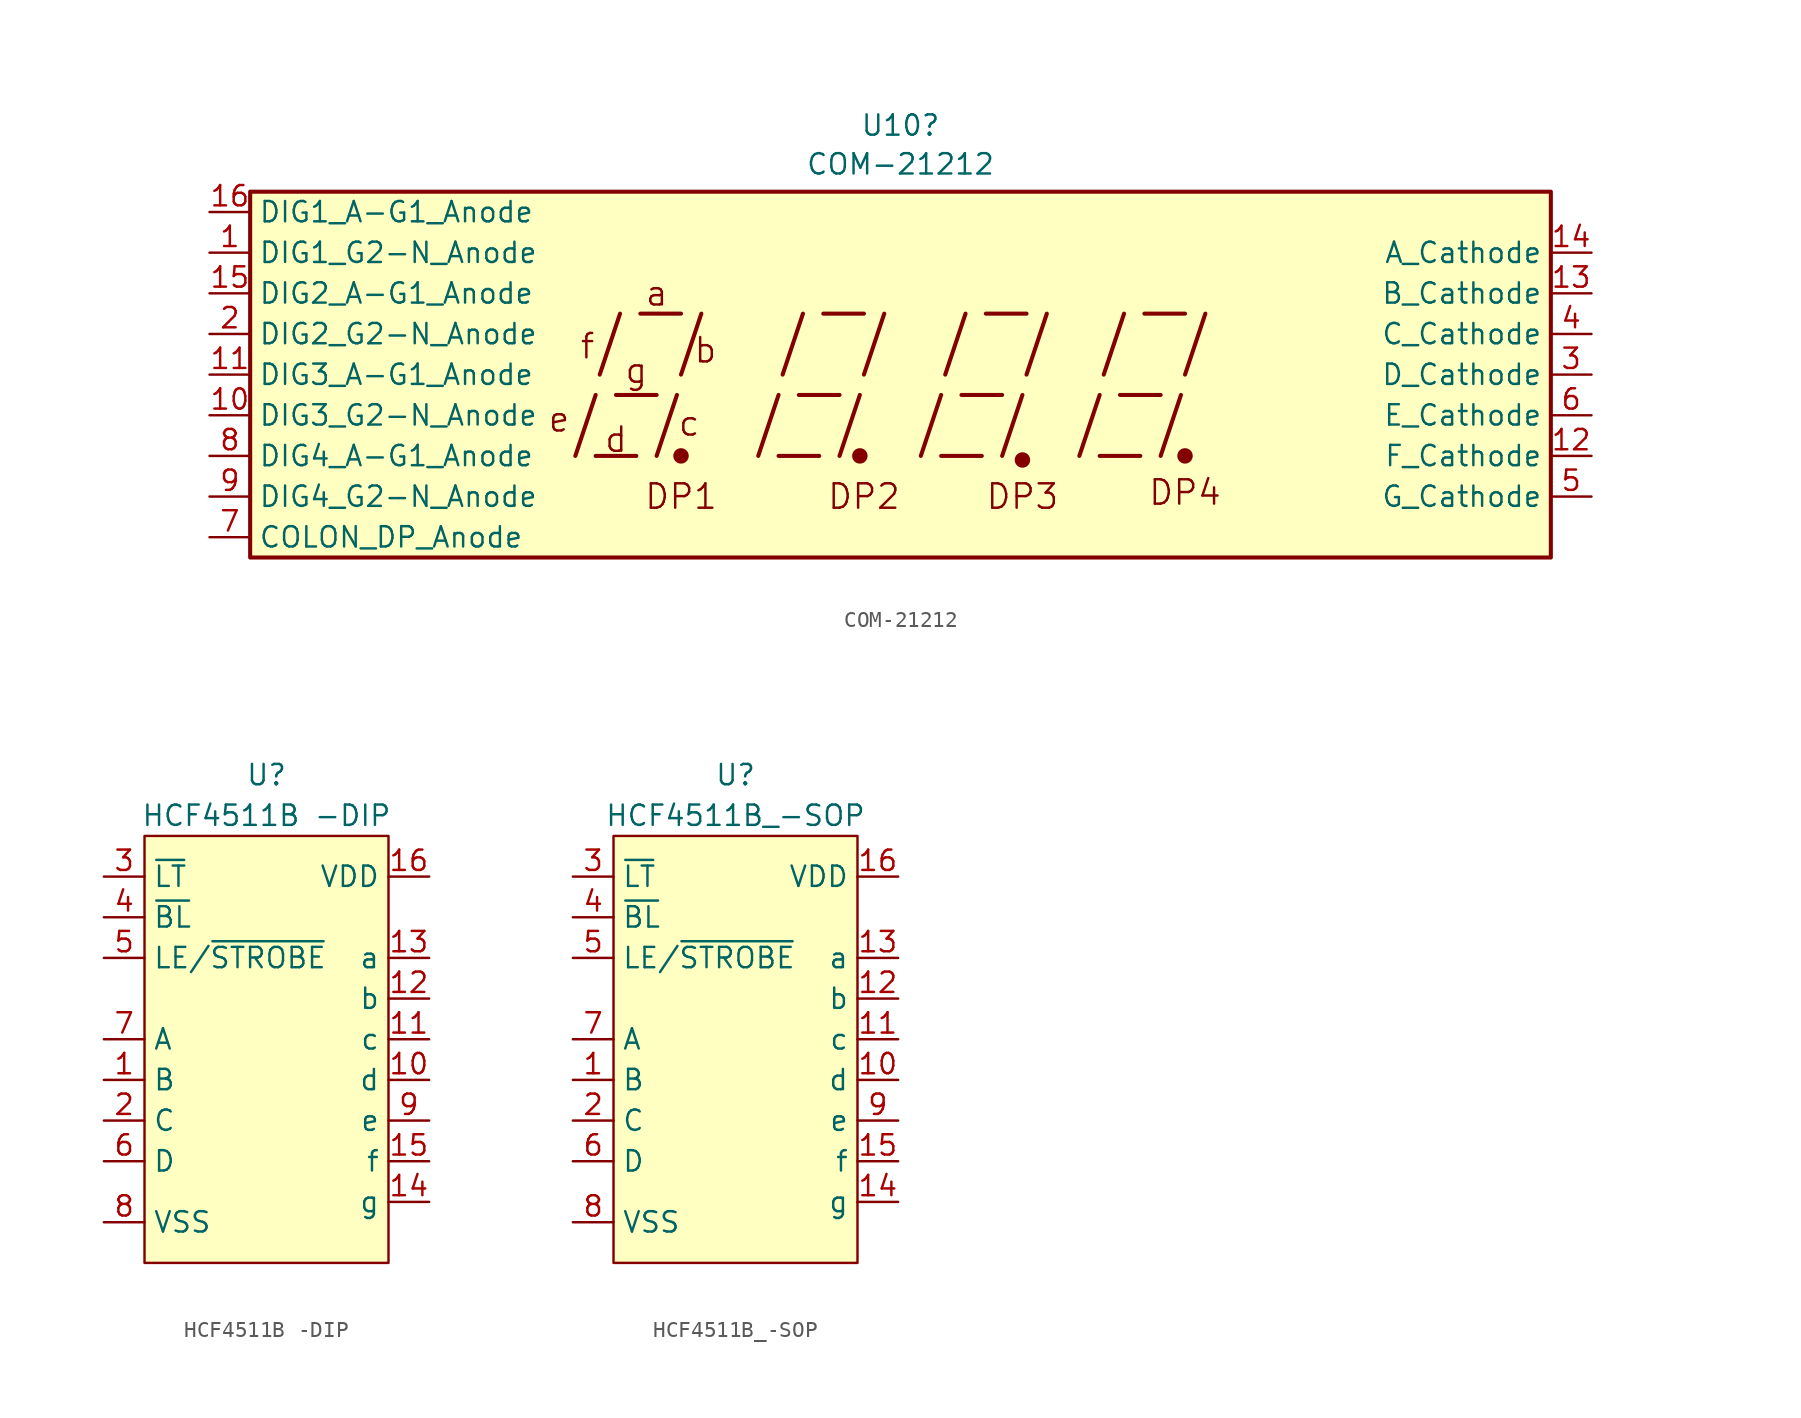
<source format=kicad_sym>
(kicad_symbol_lib
  (version 20220914)
  (generator kicad_symbol_editor)
  (symbol "COM-21212"
    (property "Reference" "U10"
      (at 0 16.844 0)
      (effects (font (size 1.27 1.27))))
    (property "Value" "COM-21212"
      (at 0 14.42 0)
      (effects (font (size 1.27 1.27))))
    (symbol "COM-21212_0_0"
      (rectangle (start -40.64 12.7) (end 40.64 -10.16) (stroke (width 0.254) (type default)) (fill (type background)))
      (polyline (pts (xy -20.32 -3.81) (xy -19.05 0)) (stroke (width 0.254) (type default)) (fill (type none)))
      (polyline (pts (xy -19.05 -3.81) (xy -16.51 -3.81)) (stroke (width 0.254) (type default)) (fill (type none)))
      (polyline (pts (xy -18.796 1.27) (xy -17.526 5.08)) (stroke (width 0.254) (type default)) (fill (type none)))
      (polyline (pts (xy -17.78 0) (xy -15.24 0)) (stroke (width 0.254) (type default)) (fill (type none)))
      (polyline (pts (xy -16.256 5.08) (xy -13.716 5.08)) (stroke (width 0.254) (type default)) (fill (type none)))
      (polyline (pts (xy -15.24 -3.81) (xy -13.97 0)) (stroke (width 0.254) (type default)) (fill (type none)))
      (polyline (pts (xy -13.716 1.27) (xy -12.446 5.08)) (stroke (width 0.254) (type default)) (fill (type none)))
      (polyline (pts (xy -8.89 -3.81) (xy -7.62 0)) (stroke (width 0.254) (type default)) (fill (type none)))
      (polyline (pts (xy -7.62 -3.81) (xy -5.08 -3.81)) (stroke (width 0.254) (type default)) (fill (type none)))
      (polyline (pts (xy -7.366 1.27) (xy -6.096 5.08)) (stroke (width 0.254) (type default)) (fill (type none)))
      (polyline (pts (xy -6.35 0) (xy -3.81 0)) (stroke (width 0.254) (type default)) (fill (type none)))
      (polyline (pts (xy -4.826 5.08) (xy -2.286 5.08)) (stroke (width 0.254) (type default)) (fill (type none)))
      (polyline (pts (xy -3.81 -3.81) (xy -2.54 0)) (stroke (width 0.254) (type default)) (fill (type none)))
      (polyline (pts (xy -2.286 1.27) (xy -1.016 5.08)) (stroke (width 0.254) (type default)) (fill (type none)))
      (polyline (pts (xy 1.27 -3.81) (xy 2.54 0)) (stroke (width 0.254) (type default)) (fill (type none)))
      (polyline (pts (xy 2.54 -3.81) (xy 5.08 -3.81)) (stroke (width 0.254) (type default)) (fill (type none)))
      (polyline (pts (xy 2.794 1.27) (xy 4.064 5.08)) (stroke (width 0.254) (type default)) (fill (type none)))
      (polyline (pts (xy 3.81 0) (xy 6.35 0)) (stroke (width 0.254) (type default)) (fill (type none)))
      (polyline (pts (xy 5.334 5.08) (xy 7.874 5.08)) (stroke (width 0.254) (type default)) (fill (type none)))
      (polyline (pts (xy 6.35 -3.81) (xy 7.62 0)) (stroke (width 0.254) (type default)) (fill (type none)))
      (polyline (pts (xy 7.874 1.27) (xy 9.144 5.08)) (stroke (width 0.254) (type default)) (fill (type none)))
      (polyline (pts (xy 11.176 -3.81) (xy 12.446 0)) (stroke (width 0.254) (type default)) (fill (type none)))
      (polyline (pts (xy 12.446 -3.81) (xy 14.986 -3.81)) (stroke (width 0.254) (type default)) (fill (type none)))
      (polyline (pts (xy 12.7 1.27) (xy 13.97 5.08)) (stroke (width 0.254) (type default)) (fill (type none)))
      (polyline (pts (xy 13.716 0) (xy 16.256 0)) (stroke (width 0.254) (type default)) (fill (type none)))
      (polyline (pts (xy 15.24 5.08) (xy 17.78 5.08)) (stroke (width 0.254) (type default)) (fill (type none)))
      (polyline (pts (xy 16.256 -3.81) (xy 17.526 0)) (stroke (width 0.254) (type default)) (fill (type none)))
      (polyline (pts (xy 17.78 1.27) (xy 19.05 5.08)) (stroke (width 0.254) (type default)) (fill (type none)))
      (text "" (at 26.67 2.54 0) (effects (font (size 1.27 1.27))))
      (text "" (at 43.18 -3.81 0) (effects (font (size 1.27 1.27))))
      (text "a" (at -15.24 6.35 0) (effects (font (size 1.524 1.524))))
      (text "b" (at -12.192 2.794 0) (effects (font (size 1.524 1.524))))
      (text "c" (at -13.208 -1.778 0) (effects (font (size 1.524 1.524))))
      (text "d" (at -17.78 -2.794 0) (effects (font (size 1.524 1.524))))
      (text "DP1" (at -13.716 -6.35 0) (effects (font (size 1.524 1.524))))
      (text "DP2" (at -2.286 -6.35 0) (effects (font (size 1.524 1.524))))
      (text "DP3" (at 7.62 -6.35 0) (effects (font (size 1.524 1.524))))
      (text "DP4" (at 17.78 -6.096 0) (effects (font (size 1.524 1.524))))
      (text "e" (at -21.336 -1.524 0) (effects (font (size 1.524 1.524))))
      (text "f" (at -19.558 3.048 0) (effects (font (size 1.524 1.524))))
      (text "g" (at -16.51 1.524 0) (effects (font (size 1.524 1.524)))))
    (symbol "COM-21212_0_1"
      (circle (center -13.716 -3.81) (radius 0.356) (stroke (width 0.254) (type default)) (fill (type outline)))
      (circle (center -2.54 -3.81) (radius 0.356) (stroke (width 0.254) (type default)) (fill (type outline))))
    (symbol "COM-21212_1_0"
      (circle (center 7.62 -4.064) (radius 0.356) (stroke (width 0.254) (type default)) (fill (type outline)))
      (circle (center 17.78 -3.81) (radius 0.356) (stroke (width 0.254) (type default)) (fill (type outline))))
    (symbol "COM-21212_1_1"
      (pin input line (at -43.18 8.89 0) (length 2.54) (name "DIG1_G2-N_Anode" (effects (font (size 1.27 1.27)))) (number "1" (effects (font (size 1.27 1.27)))))
      (pin input line (at -43.18 -1.27 0) (length 2.54) (name "DIG3_G2-N_Anode" (effects (font (size 1.27 1.27)))) (number "10" (effects (font (size 1.27 1.27)))))
      (pin input line (at -43.18 1.27 0) (length 2.54) (name "DIG3_A-G1_Anode" (effects (font (size 1.27 1.27)))) (number "11" (effects (font (size 1.27 1.27)))))
      (pin input line (at 43.18 -3.81 180) (length 2.54) (name "F_Cathode" (effects (font (size 1.27 1.27)))) (number "12" (effects (font (size 1.27 1.27)))))
      (pin input line (at 43.18 6.35 180) (length 2.54) (name "B_Cathode" (effects (font (size 1.27 1.27)))) (number "13" (effects (font (size 1.27 1.27)))))
      (pin input line (at 43.18 8.89 180) (length 2.54) (name "A_Cathode" (effects (font (size 1.27 1.27)))) (number "14" (effects (font (size 1.27 1.27)))))
      (pin input line (at -43.18 6.35 0) (length 2.54) (name "DIG2_A-G1_Anode" (effects (font (size 1.27 1.27)))) (number "15" (effects (font (size 1.27 1.27)))))
      (pin input line (at -43.18 11.43 0) (length 2.54) (name "DIG1_A-G1_Anode" (effects (font (size 1.27 1.27)))) (number "16" (effects (font (size 1.27 1.27)))))
      (pin input line (at -43.18 3.81 0) (length 2.54) (name "DIG2_G2-N_Anode" (effects (font (size 1.27 1.27)))) (number "2" (effects (font (size 1.27 1.27)))))
      (pin input line (at 43.18 1.27 180) (length 2.54) (name "D_Cathode" (effects (font (size 1.27 1.27)))) (number "3" (effects (font (size 1.27 1.27)))))
      (pin input line (at 43.18 3.81 180) (length 2.54) (name "C_Cathode" (effects (font (size 1.27 1.27)))) (number "4" (effects (font (size 1.27 1.27)))))
      (pin input line (at 43.18 -6.35 180) (length 2.54) (name "G_Cathode" (effects (font (size 1.27 1.27)))) (number "5" (effects (font (size 1.27 1.27)))))
      (pin input line (at 43.18 -1.27 180) (length 2.54) (name "E_Cathode" (effects (font (size 1.27 1.27)))) (number "6" (effects (font (size 1.27 1.27)))))
      (pin input line (at -43.18 -8.89 0) (length 2.54) (name "COLON_DP_Anode" (effects (font (size 1.27 1.27)))) (number "7" (effects (font (size 1.27 1.27)))))
      (pin input line (at -43.18 -3.81 0) (length 2.54) (name "DIG4_A-G1_Anode" (effects (font (size 1.27 1.27)))) (number "8" (effects (font (size 1.27 1.27)))))
      (pin input line (at -43.18 -6.35 0) (length 2.54) (name "DIG4_G2-N_Anode" (effects (font (size 1.27 1.27)))) (number "9" (effects (font (size 1.27 1.27)))))))
  (symbol "HCF4511B -DIP"
    (property "Reference" "U"
      (at 0 3.81 0)
      (effects (font (size 1.27 1.27))))
    (property "Value" "HCF4511B -DIP"
      (at 0 1.27 0)
      (effects (font (size 1.27 1.27))))
    (symbol "HCF4511B -DIP_0_1"
      (rectangle (start -7.62 0) (end 7.62 -26.67) (stroke (width 0.152) (type default)) (fill (type background))))
    (symbol "HCF4511B -DIP_1_1"
      (pin input line (at -10.16 -15.24 0) (length 2.54) (name "B" (effects (font (size 1.27 1.27)))) (number "1" (effects (font (size 1.27 1.27)))))
      (pin output line (at 10.16 -15.24 180) (length 2.54) (name "d" (effects (font (size 1.27 1.27)))) (number "10" (effects (font (size 1.27 1.27)))))
      (pin output line (at 10.16 -12.7 180) (length 2.54) (name "c" (effects (font (size 1.27 1.27)))) (number "11" (effects (font (size 1.27 1.27)))))
      (pin output line (at 10.16 -10.16 180) (length 2.54) (name "b" (effects (font (size 1.27 1.27)))) (number "12" (effects (font (size 1.27 1.27)))))
      (pin output line (at 10.16 -7.62 180) (length 2.54) (name "a" (effects (font (size 1.27 1.27)))) (number "13" (effects (font (size 1.27 1.27)))))
      (pin output line (at 10.16 -22.86 180) (length 2.54) (name "g" (effects (font (size 1.27 1.27)))) (number "14" (effects (font (size 1.27 1.27)))))
      (pin output line (at 10.16 -20.32 180) (length 2.54) (name "f" (effects (font (size 1.27 1.27)))) (number "15" (effects (font (size 1.27 1.27)))))
      (pin power_in line (at 10.16 -2.54 180) (length 2.54) (name "VDD" (effects (font (size 1.27 1.27)))) (number "16" (effects (font (size 1.27 1.27)))))
      (pin input line (at -10.16 -17.78 0) (length 2.54) (name "C" (effects (font (size 1.27 1.27)))) (number "2" (effects (font (size 1.27 1.27)))))
      (pin input line (at -10.16 -2.54 0) (length 2.54) (name "~{LT}" (effects (font (size 1.27 1.27)))) (number "3" (effects (font (size 1.27 1.27)))))
      (pin input line (at -10.16 -5.08 0) (length 2.54) (name "~{BL}" (effects (font (size 1.27 1.27)))) (number "4" (effects (font (size 1.27 1.27)))))
      (pin input line (at -10.16 -7.62 0) (length 2.54) (name "LE/~{STROBE}" (effects (font (size 1.27 1.27)))) (number "5" (effects (font (size 1.27 1.27)))))
      (pin input line (at -10.16 -20.32 0) (length 2.54) (name "D" (effects (font (size 1.27 1.27)))) (number "6" (effects (font (size 1.27 1.27)))))
      (pin input line (at -10.16 -12.7 0) (length 2.54) (name "A" (effects (font (size 1.27 1.27)))) (number "7" (effects (font (size 1.27 1.27)))))
      (pin power_in line (at -10.16 -24.13 0) (length 2.54) (name "VSS" (effects (font (size 1.27 1.27)))) (number "8" (effects (font (size 1.27 1.27)))))
      (pin output line (at 10.16 -17.78 180) (length 2.54) (name "e" (effects (font (size 1.27 1.27)))) (number "9" (effects (font (size 1.27 1.27)))))))
  (symbol "HCF4511B_-SOP"
    (property "Reference" "U"
      (at 0 3.81 0)
      (effects (font (size 1.27 1.27))))
    (property "Value" "HCF4511B_-SOP"
      (at 0 1.27 0)
      (effects (font (size 1.27 1.27))))
    (symbol "HCF4511B_-SOP_0_1"
      (rectangle (start -7.62 0) (end 7.62 -26.67) (stroke (width 0.152) (type default)) (fill (type background))))
    (symbol "HCF4511B_-SOP_1_1"
      (pin input line (at -10.16 -15.24 0) (length 2.54) (name "B" (effects (font (size 1.27 1.27)))) (number "1" (effects (font (size 1.27 1.27)))))
      (pin output line (at 10.16 -15.24 180) (length 2.54) (name "d" (effects (font (size 1.27 1.27)))) (number "10" (effects (font (size 1.27 1.27)))))
      (pin output line (at 10.16 -12.7 180) (length 2.54) (name "c" (effects (font (size 1.27 1.27)))) (number "11" (effects (font (size 1.27 1.27)))))
      (pin output line (at 10.16 -10.16 180) (length 2.54) (name "b" (effects (font (size 1.27 1.27)))) (number "12" (effects (font (size 1.27 1.27)))))
      (pin output line (at 10.16 -7.62 180) (length 2.54) (name "a" (effects (font (size 1.27 1.27)))) (number "13" (effects (font (size 1.27 1.27)))))
      (pin output line (at 10.16 -22.86 180) (length 2.54) (name "g" (effects (font (size 1.27 1.27)))) (number "14" (effects (font (size 1.27 1.27)))))
      (pin output line (at 10.16 -20.32 180) (length 2.54) (name "f" (effects (font (size 1.27 1.27)))) (number "15" (effects (font (size 1.27 1.27)))))
      (pin power_in line (at 10.16 -2.54 180) (length 2.54) (name "VDD" (effects (font (size 1.27 1.27)))) (number "16" (effects (font (size 1.27 1.27)))))
      (pin input line (at -10.16 -17.78 0) (length 2.54) (name "C" (effects (font (size 1.27 1.27)))) (number "2" (effects (font (size 1.27 1.27)))))
      (pin input line (at -10.16 -2.54 0) (length 2.54) (name "~{LT}" (effects (font (size 1.27 1.27)))) (number "3" (effects (font (size 1.27 1.27)))))
      (pin input line (at -10.16 -5.08 0) (length 2.54) (name "~{BL}" (effects (font (size 1.27 1.27)))) (number "4" (effects (font (size 1.27 1.27)))))
      (pin input line (at -10.16 -7.62 0) (length 2.54) (name "LE/~{STROBE}" (effects (font (size 1.27 1.27)))) (number "5" (effects (font (size 1.27 1.27)))))
      (pin input line (at -10.16 -20.32 0) (length 2.54) (name "D" (effects (font (size 1.27 1.27)))) (number "6" (effects (font (size 1.27 1.27)))))
      (pin input line (at -10.16 -12.7 0) (length 2.54) (name "A" (effects (font (size 1.27 1.27)))) (number "7" (effects (font (size 1.27 1.27)))))
      (pin power_in line (at -10.16 -24.13 0) (length 2.54) (name "VSS" (effects (font (size 1.27 1.27)))) (number "8" (effects (font (size 1.27 1.27)))))
      (pin output line (at 10.16 -17.78 180) (length 2.54) (name "e" (effects (font (size 1.27 1.27)))) (number "9" (effects (font (size 1.27 1.27))))))))
</source>
